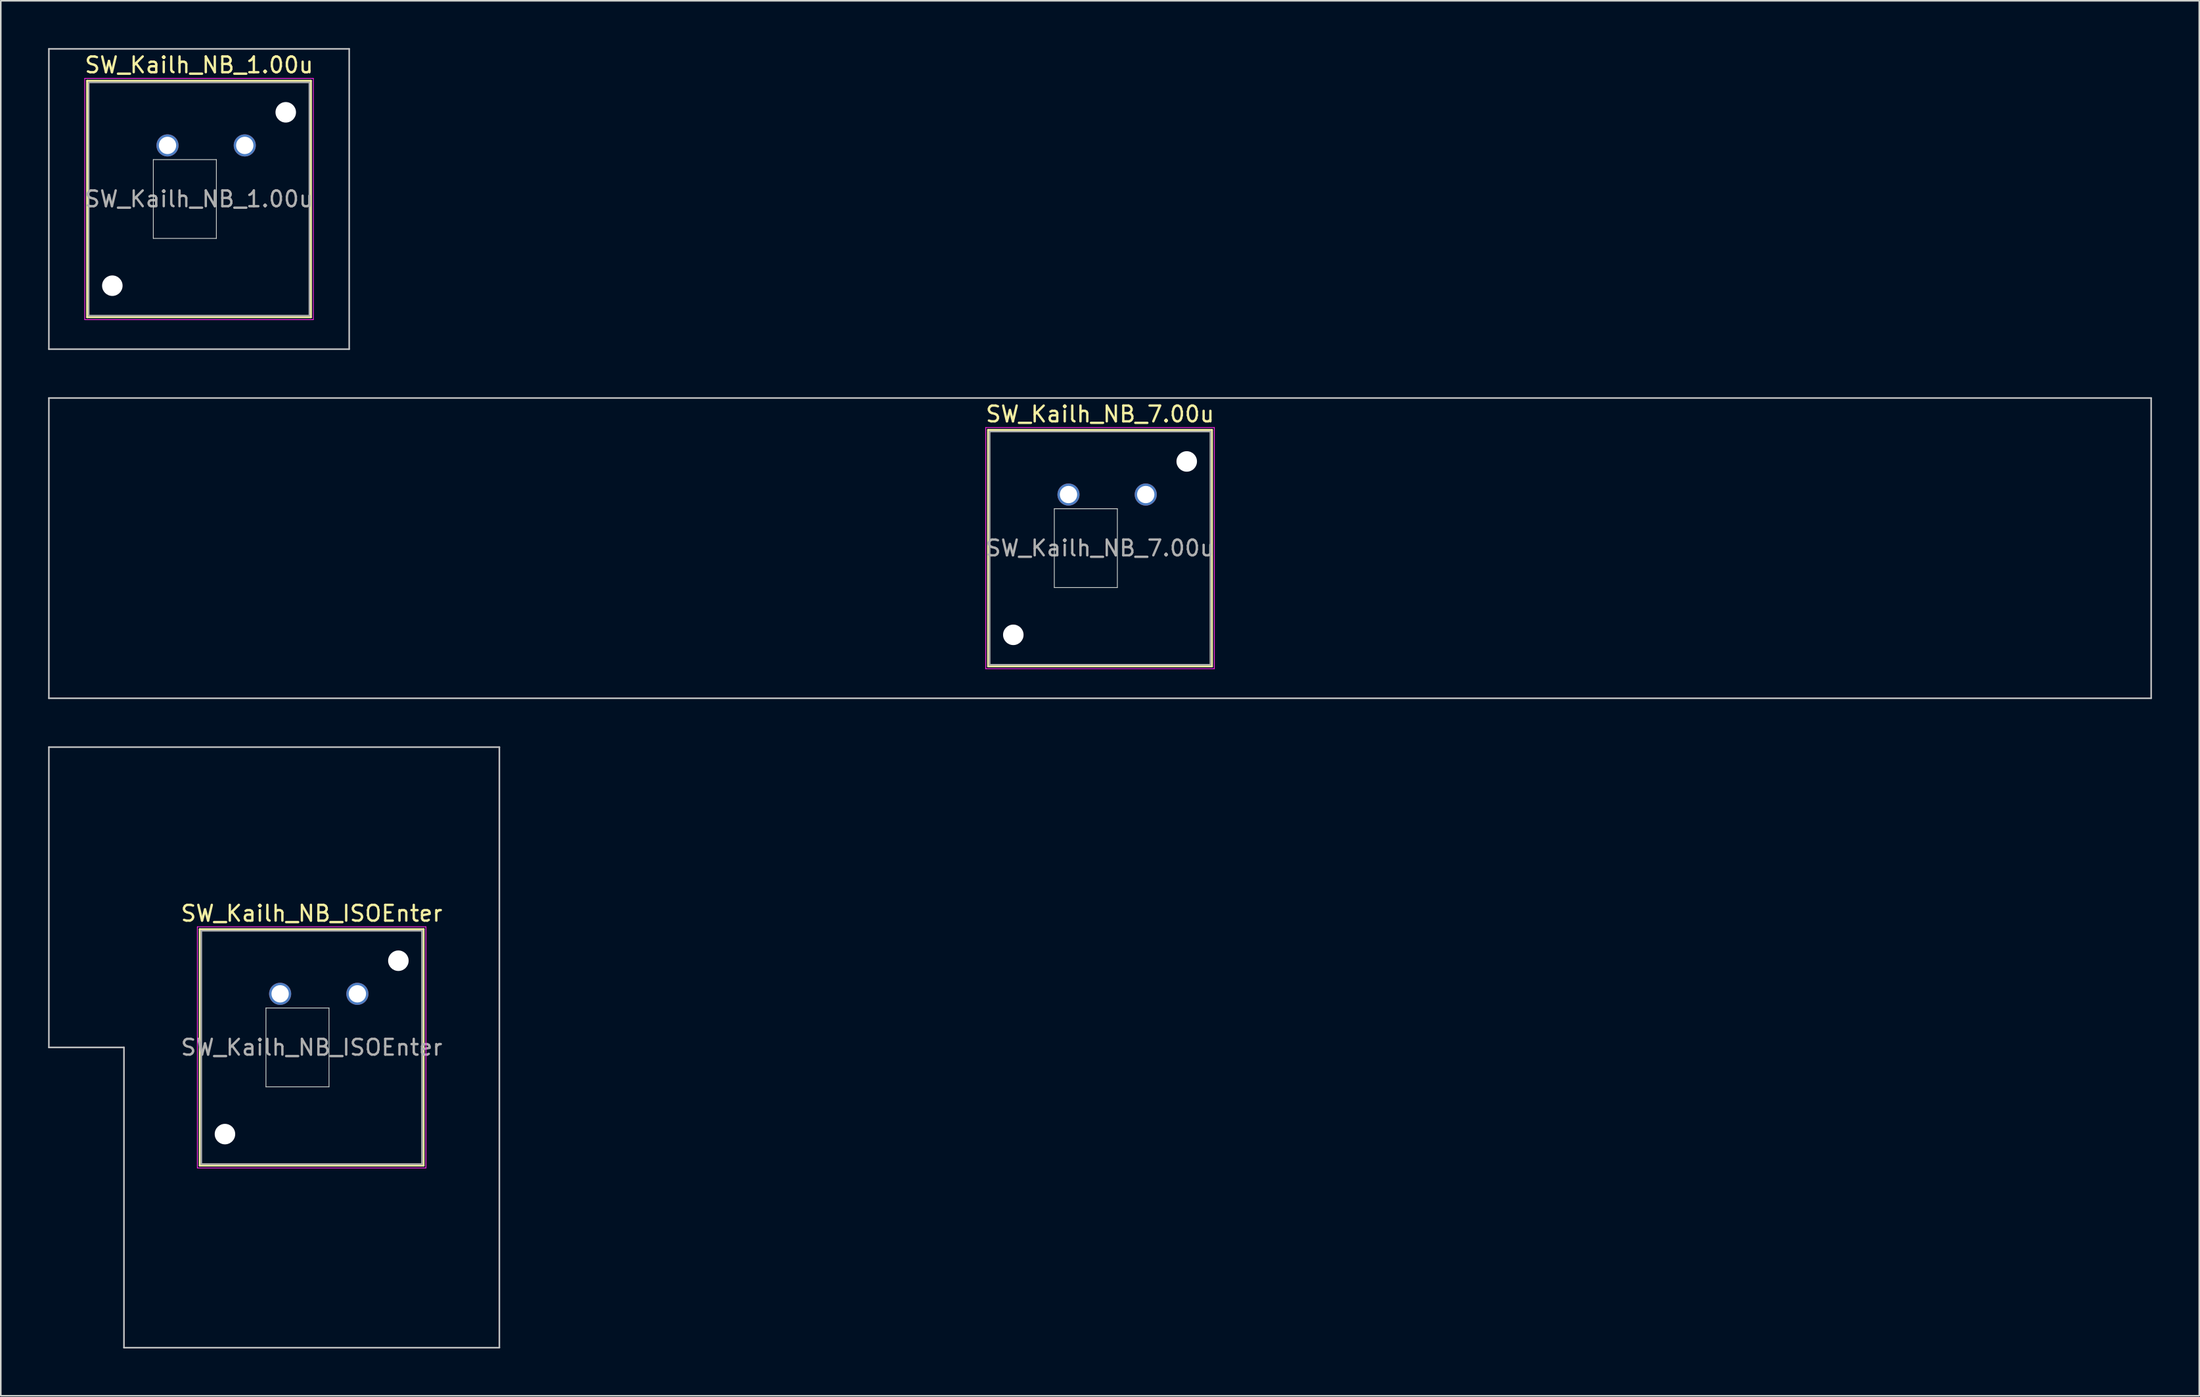
<source format=kicad_pcb>
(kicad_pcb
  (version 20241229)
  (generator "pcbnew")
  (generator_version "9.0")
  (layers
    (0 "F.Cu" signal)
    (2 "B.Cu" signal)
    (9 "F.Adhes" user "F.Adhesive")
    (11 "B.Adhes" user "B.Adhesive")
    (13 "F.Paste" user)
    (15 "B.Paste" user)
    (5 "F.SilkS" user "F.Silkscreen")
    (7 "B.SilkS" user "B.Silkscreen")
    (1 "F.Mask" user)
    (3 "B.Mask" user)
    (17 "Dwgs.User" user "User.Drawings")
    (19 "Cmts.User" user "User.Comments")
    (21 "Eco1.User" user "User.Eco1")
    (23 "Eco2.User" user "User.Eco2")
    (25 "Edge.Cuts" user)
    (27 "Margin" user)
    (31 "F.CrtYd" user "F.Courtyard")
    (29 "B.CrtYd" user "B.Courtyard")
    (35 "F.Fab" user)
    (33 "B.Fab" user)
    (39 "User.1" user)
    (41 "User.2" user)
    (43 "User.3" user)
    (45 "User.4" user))
  (footprint "SW_Kailh_NB_1.00u"
    (layer "F.Cu")
    (at 9.575 9.575)
    (property "Reference" "SW_Kailh_NB_1.00u" (at 0 -8.5 0) (layer "F.SilkS") (effects (font (size 1 1) (thickness 0.15))))
    (attr through_hole)
    (fp_line (start -7.1 -7.5) (end -7.1 7.5) (stroke (width 0.12) (type solid)) (layer "F.SilkS"))
    (fp_line (start -7.1 7.5) (end 7.1 7.5) (stroke (width 0.12) (type solid)) (layer "F.SilkS"))
    (fp_line (start 7.1 -7.5) (end -7.1 -7.5) (stroke (width 0.12) (type solid)) (layer "F.SilkS"))
    (fp_line (start 7.1 7.5) (end 7.1 -7.5) (stroke (width 0.12) (type solid)) (layer "F.SilkS"))
    (fp_line (start -9.525 -9.525) (end -9.525 9.525) (stroke (width 0.1) (type solid)) (layer "Dwgs.User"))
    (fp_line (start -9.525 9.525) (end 9.525 9.525) (stroke (width 0.1) (type solid)) (layer "Dwgs.User"))
    (fp_line (start 9.525 -9.525) (end -9.525 -9.525) (stroke (width 0.1) (type solid)) (layer "Dwgs.User"))
    (fp_line (start 9.525 9.525) (end 9.525 -9.525) (stroke (width 0.1) (type solid)) (layer "Dwgs.User"))
    (fp_line (start -8 -8) (end -8 8) (stroke (width 0.1) (type solid)) (layer "Eco1.User"))
    (fp_line (start -8 8) (end 8 8) (stroke (width 0.1) (type solid)) (layer "Eco1.User"))
    (fp_line (start 8 -8) (end -8 -8) (stroke (width 0.1) (type solid)) (layer "Eco1.User"))
    (fp_line (start 8 8) (end 8 -8) (stroke (width 0.1) (type solid)) (layer "Eco1.User"))
    (fp_line (start -2.9 -2.5) (end 1.1 -2.5) (stroke (width 0.05) (type solid)) (layer "Edge.Cuts"))
    (fp_line (start -2.9 2.5) (end -2.9 -2.5) (stroke (width 0.05) (type solid)) (layer "Edge.Cuts"))
    (fp_line (start 1.1 -2.5) (end 1.1 2.5) (stroke (width 0.05) (type solid)) (layer "Edge.Cuts"))
    (fp_line (start 1.1 2.5) (end -2.9 2.5) (stroke (width 0.05) (type solid)) (layer "Edge.Cuts"))
    (fp_line (start -7.25 -7.65) (end -7.25 7.65) (stroke (width 0.05) (type solid)) (layer "F.CrtYd"))
    (fp_line (start -7.25 7.65) (end 7.25 7.65) (stroke (width 0.05) (type solid)) (layer "F.CrtYd"))
    (fp_line (start 7.25 -7.65) (end -7.25 -7.65) (stroke (width 0.05) (type solid)) (layer "F.CrtYd"))
    (fp_line (start 7.25 7.65) (end 7.25 -7.65) (stroke (width 0.05) (type solid)) (layer "F.CrtYd"))
    (fp_line (start -7 -7.4) (end -7 7.4) (stroke (width 0.1) (type solid)) (layer "F.Fab"))
    (fp_line (start -7 7.4) (end 7 7.4) (stroke (width 0.1) (type solid)) (layer "F.Fab"))
    (fp_line (start 7 -7.4) (end -7 -7.4) (stroke (width 0.1) (type solid)) (layer "F.Fab"))
    (fp_line (start 7 7.4) (end 7 -7.4) (stroke (width 0.1) (type solid)) (layer "F.Fab"))
    (fp_text user "${REFERENCE}" (at 0 0 0) (layer "F.Fab") (effects (font (size 1 1) (thickness 0.15))))
    (pad "" np_thru_hole circle (at -5.5 5.5) (size 1.3 1.3) (drill 1.3) (layers "*.Cu" "*.Mask"))
    (pad "" np_thru_hole circle (at 5.5 -5.5) (size 1.3 1.3) (drill 1.3) (layers "*.Cu" "*.Mask"))
    (pad "1" thru_hole circle (at -2 -3.4) (size 1.4 1.4) (drill 1.1) (layers "*.Cu" "*.Mask"))
    (pad "2" thru_hole circle (at 2.9 -3.4) (size 1.4 1.4) (drill 1.1) (layers "*.Cu" "*.Mask")))
  (footprint "SW_Kailh_NB_ISOEnter"
    (layer "F.Cu")
    (at 16.719 63.4)
    (property "Reference" "SW_Kailh_NB_ISOEnter" (at 0 -8.5 0) (layer "F.SilkS") (effects (font (size 1 1) (thickness 0.15))))
    (attr through_hole)
    (fp_line (start -7.1 -7.5) (end -7.1 7.5) (stroke (width 0.12) (type solid)) (layer "F.SilkS"))
    (fp_line (start -7.1 7.5) (end 7.1 7.5) (stroke (width 0.12) (type solid)) (layer "F.SilkS"))
    (fp_line (start 7.1 -7.5) (end -7.1 -7.5) (stroke (width 0.12) (type solid)) (layer "F.SilkS"))
    (fp_line (start 7.1 7.5) (end 7.1 -7.5) (stroke (width 0.12) (type solid)) (layer "F.SilkS"))
    (fp_line (start -16.669 -19.05) (end -16.669 0) (stroke (width 0.1) (type solid)) (layer "Dwgs.User"))
    (fp_line (start -16.669 0) (end -11.906 0) (stroke (width 0.1) (type solid)) (layer "Dwgs.User"))
    (fp_line (start -11.906 0) (end -11.906 19.05) (stroke (width 0.1) (type solid)) (layer "Dwgs.User"))
    (fp_line (start -11.906 19.05) (end 11.906 19.05) (stroke (width 0.1) (type solid)) (layer "Dwgs.User"))
    (fp_line (start 11.906 -19.05) (end -16.669 -19.05) (stroke (width 0.1) (type solid)) (layer "Dwgs.User"))
    (fp_line (start 11.906 19.05) (end 11.906 -19.05) (stroke (width 0.1) (type solid)) (layer "Dwgs.User"))
    (fp_line (start -8 -8) (end -8 8) (stroke (width 0.1) (type solid)) (layer "Eco1.User"))
    (fp_line (start -8 8) (end 8 8) (stroke (width 0.1) (type solid)) (layer "Eco1.User"))
    (fp_line (start 8 -8) (end -8 -8) (stroke (width 0.1) (type solid)) (layer "Eco1.User"))
    (fp_line (start 8 8) (end 8 -8) (stroke (width 0.1) (type solid)) (layer "Eco1.User"))
    (fp_line (start -2.9 -2.5) (end 1.1 -2.5) (stroke (width 0.05) (type solid)) (layer "Edge.Cuts"))
    (fp_line (start -2.9 2.5) (end -2.9 -2.5) (stroke (width 0.05) (type solid)) (layer "Edge.Cuts"))
    (fp_line (start 1.1 -2.5) (end 1.1 2.5) (stroke (width 0.05) (type solid)) (layer "Edge.Cuts"))
    (fp_line (start 1.1 2.5) (end -2.9 2.5) (stroke (width 0.05) (type solid)) (layer "Edge.Cuts"))
    (fp_line (start -7.25 -7.65) (end -7.25 7.65) (stroke (width 0.05) (type solid)) (layer "F.CrtYd"))
    (fp_line (start -7.25 7.65) (end 7.25 7.65) (stroke (width 0.05) (type solid)) (layer "F.CrtYd"))
    (fp_line (start 7.25 -7.65) (end -7.25 -7.65) (stroke (width 0.05) (type solid)) (layer "F.CrtYd"))
    (fp_line (start 7.25 7.65) (end 7.25 -7.65) (stroke (width 0.05) (type solid)) (layer "F.CrtYd"))
    (fp_line (start -7 -7.4) (end -7 7.4) (stroke (width 0.1) (type solid)) (layer "F.Fab"))
    (fp_line (start -7 7.4) (end 7 7.4) (stroke (width 0.1) (type solid)) (layer "F.Fab"))
    (fp_line (start 7 -7.4) (end -7 -7.4) (stroke (width 0.1) (type solid)) (layer "F.Fab"))
    (fp_line (start 7 7.4) (end 7 -7.4) (stroke (width 0.1) (type solid)) (layer "F.Fab"))
    (fp_text user "${REFERENCE}" (at 0 0 0) (layer "F.Fab") (effects (font (size 1 1) (thickness 0.15))))
    (pad "" np_thru_hole circle (at -5.5 5.5) (size 1.3 1.3) (drill 1.3) (layers "*.Cu" "*.Mask"))
    (pad "" np_thru_hole circle (at 5.5 -5.5) (size 1.3 1.3) (drill 1.3) (layers "*.Cu" "*.Mask"))
    (pad "1" thru_hole circle (at -2 -3.4) (size 1.4 1.4) (drill 1.1) (layers "*.Cu" "*.Mask"))
    (pad "2" thru_hole circle (at 2.9 -3.4) (size 1.4 1.4) (drill 1.1) (layers "*.Cu" "*.Mask")))
  (footprint "SW_Kailh_NB_7.00u"
    (layer "F.Cu")
    (at 66.725 31.725)
    (property "Reference" "SW_Kailh_NB_7.00u" (at 0 -8.5 0) (layer "F.SilkS") (effects (font (size 1 1) (thickness 0.15))))
    (attr through_hole)
    (fp_line (start -7.1 -7.5) (end -7.1 7.5) (stroke (width 0.12) (type solid)) (layer "F.SilkS"))
    (fp_line (start -7.1 7.5) (end 7.1 7.5) (stroke (width 0.12) (type solid)) (layer "F.SilkS"))
    (fp_line (start 7.1 -7.5) (end -7.1 -7.5) (stroke (width 0.12) (type solid)) (layer "F.SilkS"))
    (fp_line (start 7.1 7.5) (end 7.1 -7.5) (stroke (width 0.12) (type solid)) (layer "F.SilkS"))
    (fp_line (start -66.675 -9.525) (end -66.675 9.525) (stroke (width 0.1) (type solid)) (layer "Dwgs.User"))
    (fp_line (start -66.675 9.525) (end 66.675 9.525) (stroke (width 0.1) (type solid)) (layer "Dwgs.User"))
    (fp_line (start 66.675 -9.525) (end -66.675 -9.525) (stroke (width 0.1) (type solid)) (layer "Dwgs.User"))
    (fp_line (start 66.675 9.525) (end 66.675 -9.525) (stroke (width 0.1) (type solid)) (layer "Dwgs.User"))
    (fp_line (start -8 -8) (end -8 8) (stroke (width 0.1) (type solid)) (layer "Eco1.User"))
    (fp_line (start -8 8) (end 8 8) (stroke (width 0.1) (type solid)) (layer "Eco1.User"))
    (fp_line (start 8 -8) (end -8 -8) (stroke (width 0.1) (type solid)) (layer "Eco1.User"))
    (fp_line (start 8 8) (end 8 -8) (stroke (width 0.1) (type solid)) (layer "Eco1.User"))
    (fp_line (start -2.9 -2.5) (end 1.1 -2.5) (stroke (width 0.05) (type solid)) (layer "Edge.Cuts"))
    (fp_line (start -2.9 2.5) (end -2.9 -2.5) (stroke (width 0.05) (type solid)) (layer "Edge.Cuts"))
    (fp_line (start 1.1 -2.5) (end 1.1 2.5) (stroke (width 0.05) (type solid)) (layer "Edge.Cuts"))
    (fp_line (start 1.1 2.5) (end -2.9 2.5) (stroke (width 0.05) (type solid)) (layer "Edge.Cuts"))
    (fp_line (start -7.25 -7.65) (end -7.25 7.65) (stroke (width 0.05) (type solid)) (layer "F.CrtYd"))
    (fp_line (start -7.25 7.65) (end 7.25 7.65) (stroke (width 0.05) (type solid)) (layer "F.CrtYd"))
    (fp_line (start 7.25 -7.65) (end -7.25 -7.65) (stroke (width 0.05) (type solid)) (layer "F.CrtYd"))
    (fp_line (start 7.25 7.65) (end 7.25 -7.65) (stroke (width 0.05) (type solid)) (layer "F.CrtYd"))
    (fp_line (start -7 -7.4) (end -7 7.4) (stroke (width 0.1) (type solid)) (layer "F.Fab"))
    (fp_line (start -7 7.4) (end 7 7.4) (stroke (width 0.1) (type solid)) (layer "F.Fab"))
    (fp_line (start 7 -7.4) (end -7 -7.4) (stroke (width 0.1) (type solid)) (layer "F.Fab"))
    (fp_line (start 7 7.4) (end 7 -7.4) (stroke (width 0.1) (type solid)) (layer "F.Fab"))
    (fp_text user "${REFERENCE}" (at 0 0 0) (layer "F.Fab") (effects (font (size 1 1) (thickness 0.15))))
    (pad "" np_thru_hole circle (at -5.5 5.5) (size 1.3 1.3) (drill 1.3) (layers "*.Cu" "*.Mask"))
    (pad "" np_thru_hole circle (at 5.5 -5.5) (size 1.3 1.3) (drill 1.3) (layers "*.Cu" "*.Mask"))
    (pad "1" thru_hole circle (at -2 -3.4) (size 1.4 1.4) (drill 1.1) (layers "*.Cu" "*.Mask"))
    (pad "2" thru_hole circle (at 2.9 -3.4) (size 1.4 1.4) (drill 1.1) (layers "*.Cu" "*.Mask")))
  (gr_rect
    (start -3 -3)
    (end 136.45 85.5)
    (stroke (width 0.1) (type default))
    (fill no)
    (layer "Edge.Cuts")))
</source>
